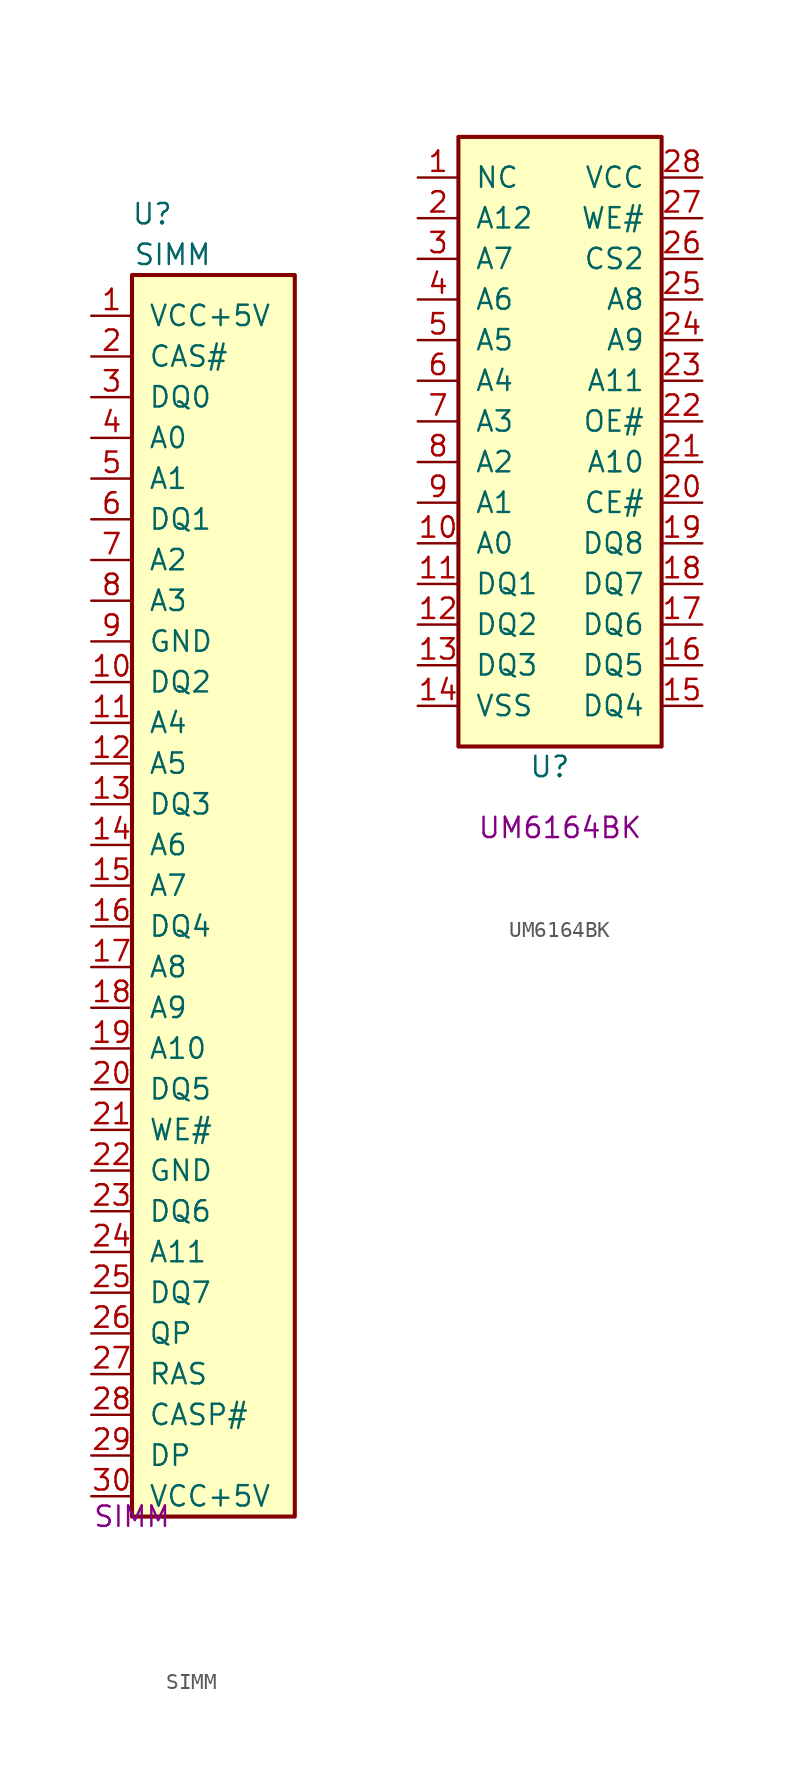
<source format=kicad_sym>
(kicad_symbol_lib
  (version 20211014)
  (generator kicad_symbol_editor)
  (symbol "SIMM"
    (pin_names
      (offset 1.016))
    (property "Reference" "U"
      (at -3.81 41.91 0)
      (effects (font (size 1.27 1.27))))
    (property "Value" "SIMM"
      (at -2.54 39.37 0)
      (effects (font (size 1.27 1.27))))
    (property "Comment" "SIMM"
      (at -5.08 -39.37 0)
      (effects (font (size 1.27 1.27))))
    (symbol "SIMM_0_1"
      (rectangle (start -5.08 38.1) (end 5.08 -39.37) (stroke (width 0.254) (type default) (color 0 0 0 0)) (fill (type background))))
    (symbol "SIMM_1_1"
      (pin power_in line (at -7.62 35.56 0) (length 2.54) (name "VCC+5V" (effects (font (size 1.27 1.27)))) (number "1" (effects (font (size 1.27 1.27)))))
      (pin bidirectional line (at -7.62 12.7 0) (length 2.54) (name "DQ2" (effects (font (size 1.27 1.27)))) (number "10" (effects (font (size 1.27 1.27)))))
      (pin input line (at -7.62 10.16 0) (length 2.54) (name "A4" (effects (font (size 1.27 1.27)))) (number "11" (effects (font (size 1.27 1.27)))))
      (pin input line (at -7.62 7.62 0) (length 2.54) (name "A5" (effects (font (size 1.27 1.27)))) (number "12" (effects (font (size 1.27 1.27)))))
      (pin bidirectional line (at -7.62 5.08 0) (length 2.54) (name "DQ3" (effects (font (size 1.27 1.27)))) (number "13" (effects (font (size 1.27 1.27)))))
      (pin input line (at -7.62 2.54 0) (length 2.54) (name "A6" (effects (font (size 1.27 1.27)))) (number "14" (effects (font (size 1.27 1.27)))))
      (pin input line (at -7.62 0 0) (length 2.54) (name "A7" (effects (font (size 1.27 1.27)))) (number "15" (effects (font (size 1.27 1.27)))))
      (pin bidirectional line (at -7.62 -2.54 0) (length 2.54) (name "DQ4" (effects (font (size 1.27 1.27)))) (number "16" (effects (font (size 1.27 1.27)))))
      (pin input line (at -7.62 -5.08 0) (length 2.54) (name "A8" (effects (font (size 1.27 1.27)))) (number "17" (effects (font (size 1.27 1.27)))))
      (pin input line (at -7.62 -7.62 0) (length 2.54) (name "A9" (effects (font (size 1.27 1.27)))) (number "18" (effects (font (size 1.27 1.27)))))
      (pin input line (at -7.62 -10.16 0) (length 2.54) (name "A10" (effects (font (size 1.27 1.27)))) (number "19" (effects (font (size 1.27 1.27)))))
      (pin input line (at -7.62 33.02 0) (length 2.54) (name "CAS#" (effects (font (size 1.27 1.27)))) (number "2" (effects (font (size 1.27 1.27)))))
      (pin bidirectional line (at -7.62 -12.7 0) (length 2.54) (name "DQ5" (effects (font (size 1.27 1.27)))) (number "20" (effects (font (size 1.27 1.27)))))
      (pin input line (at -7.62 -15.24 0) (length 2.54) (name "WE#" (effects (font (size 1.27 1.27)))) (number "21" (effects (font (size 1.27 1.27)))))
      (pin power_in line (at -7.62 -17.78 0) (length 2.54) (name "GND" (effects (font (size 1.27 1.27)))) (number "22" (effects (font (size 1.27 1.27)))))
      (pin bidirectional line (at -7.62 -20.32 0) (length 2.54) (name "DQ6" (effects (font (size 1.27 1.27)))) (number "23" (effects (font (size 1.27 1.27)))))
      (pin input line (at -7.62 -22.86 0) (length 2.54) (name "A11" (effects (font (size 1.27 1.27)))) (number "24" (effects (font (size 1.27 1.27)))))
      (pin bidirectional line (at -7.62 -25.4 0) (length 2.54) (name "DQ7" (effects (font (size 1.27 1.27)))) (number "25" (effects (font (size 1.27 1.27)))))
      (pin output line (at -7.62 -27.94 0) (length 2.54) (name "QP" (effects (font (size 1.27 1.27)))) (number "26" (effects (font (size 1.27 1.27)))))
      (pin input line (at -7.62 -30.48 0) (length 2.54) (name "RAS" (effects (font (size 1.27 1.27)))) (number "27" (effects (font (size 1.27 1.27)))))
      (pin input line (at -7.62 -33.02 0) (length 2.54) (name "CASP#" (effects (font (size 1.27 1.27)))) (number "28" (effects (font (size 1.27 1.27)))))
      (pin input line (at -7.62 -35.56 0) (length 2.54) (name "DP" (effects (font (size 1.27 1.27)))) (number "29" (effects (font (size 1.27 1.27)))))
      (pin bidirectional line (at -7.62 30.48 0) (length 2.54) (name "DQ0" (effects (font (size 1.27 1.27)))) (number "3" (effects (font (size 1.27 1.27)))))
      (pin power_in line (at -7.62 -38.1 0) (length 2.54) (name "VCC+5V" (effects (font (size 1.27 1.27)))) (number "30" (effects (font (size 1.27 1.27)))))
      (pin input line (at -7.62 27.94 0) (length 2.54) (name "A0" (effects (font (size 1.27 1.27)))) (number "4" (effects (font (size 1.27 1.27)))))
      (pin input line (at -7.62 25.4 0) (length 2.54) (name "A1" (effects (font (size 1.27 1.27)))) (number "5" (effects (font (size 1.27 1.27)))))
      (pin bidirectional line (at -7.62 22.86 0) (length 2.54) (name "DQ1" (effects (font (size 1.27 1.27)))) (number "6" (effects (font (size 1.27 1.27)))))
      (pin input line (at -7.62 20.32 0) (length 2.54) (name "A2" (effects (font (size 1.27 1.27)))) (number "7" (effects (font (size 1.27 1.27)))))
      (pin input line (at -7.62 17.78 0) (length 2.54) (name "A3" (effects (font (size 1.27 1.27)))) (number "8" (effects (font (size 1.27 1.27)))))
      (pin power_in line (at -7.62 15.24 0) (length 2.54) (name "GND" (effects (font (size 1.27 1.27)))) (number "9" (effects (font (size 1.27 1.27)))))))
  (symbol "UM6164BK"
    (pin_names
      (offset 1.016))
    (property "Reference" "U"
      (at -0.635 -20.32 0)
      (effects (font (size 1.27 1.27))))
    (property "Comment" "UM6164BK"
      (at 0 -24.13 0)
      (effects (font (size 1.27 1.27))))
    (symbol "UM6164BK_1_1"
      (rectangle (start -6.35 19.05) (end 6.35 -19.05) (stroke (width 0.254) (type default) (color 0 0 0 0)) (fill (type background)))
      (pin input line (at -8.89 16.51 0) (length 2.54) (name "NC" (effects (font (size 1.27 1.27)))) (number "1" (effects (font (size 1.27 1.27)))))
      (pin input line (at -8.89 -6.35 0) (length 2.54) (name "A0" (effects (font (size 1.27 1.27)))) (number "10" (effects (font (size 1.27 1.27)))))
      (pin bidirectional line (at -8.89 -8.89 0) (length 2.54) (name "DQ1" (effects (font (size 1.27 1.27)))) (number "11" (effects (font (size 1.27 1.27)))))
      (pin bidirectional line (at -8.89 -11.43 0) (length 2.54) (name "DQ2" (effects (font (size 1.27 1.27)))) (number "12" (effects (font (size 1.27 1.27)))))
      (pin bidirectional line (at -8.89 -13.97 0) (length 2.54) (name "DQ3" (effects (font (size 1.27 1.27)))) (number "13" (effects (font (size 1.27 1.27)))))
      (pin power_in line (at -8.89 -16.51 0) (length 2.54) (name "VSS" (effects (font (size 1.27 1.27)))) (number "14" (effects (font (size 1.27 1.27)))))
      (pin bidirectional line (at 8.89 -16.51 180) (length 2.54) (name "DQ4" (effects (font (size 1.27 1.27)))) (number "15" (effects (font (size 1.27 1.27)))))
      (pin bidirectional line (at 8.89 -13.97 180) (length 2.54) (name "DQ5" (effects (font (size 1.27 1.27)))) (number "16" (effects (font (size 1.27 1.27)))))
      (pin bidirectional line (at 8.89 -11.43 180) (length 2.54) (name "DQ6" (effects (font (size 1.27 1.27)))) (number "17" (effects (font (size 1.27 1.27)))))
      (pin bidirectional line (at 8.89 -8.89 180) (length 2.54) (name "DQ7" (effects (font (size 1.27 1.27)))) (number "18" (effects (font (size 1.27 1.27)))))
      (pin bidirectional line (at 8.89 -6.35 180) (length 2.54) (name "DQ8" (effects (font (size 1.27 1.27)))) (number "19" (effects (font (size 1.27 1.27)))))
      (pin input line (at -8.89 13.97 0) (length 2.54) (name "A12" (effects (font (size 1.27 1.27)))) (number "2" (effects (font (size 1.27 1.27)))))
      (pin input line (at 8.89 -3.81 180) (length 2.54) (name "CE#" (effects (font (size 1.27 1.27)))) (number "20" (effects (font (size 1.27 1.27)))))
      (pin input line (at 8.89 -1.27 180) (length 2.54) (name "A10" (effects (font (size 1.27 1.27)))) (number "21" (effects (font (size 1.27 1.27)))))
      (pin input line (at 8.89 1.27 180) (length 2.54) (name "OE#" (effects (font (size 1.27 1.27)))) (number "22" (effects (font (size 1.27 1.27)))))
      (pin input line (at 8.89 3.81 180) (length 2.54) (name "A11" (effects (font (size 1.27 1.27)))) (number "23" (effects (font (size 1.27 1.27)))))
      (pin input line (at 8.89 6.35 180) (length 2.54) (name "A9" (effects (font (size 1.27 1.27)))) (number "24" (effects (font (size 1.27 1.27)))))
      (pin input line (at 8.89 8.89 180) (length 2.54) (name "A8" (effects (font (size 1.27 1.27)))) (number "25" (effects (font (size 1.27 1.27)))))
      (pin input line (at 8.89 11.43 180) (length 2.54) (name "CS2" (effects (font (size 1.27 1.27)))) (number "26" (effects (font (size 1.27 1.27)))))
      (pin input line (at 8.89 13.97 180) (length 2.54) (name "WE#" (effects (font (size 1.27 1.27)))) (number "27" (effects (font (size 1.27 1.27)))))
      (pin power_in line (at 8.89 16.51 180) (length 2.54) (name "VCC" (effects (font (size 1.27 1.27)))) (number "28" (effects (font (size 1.27 1.27)))))
      (pin input line (at -8.89 11.43 0) (length 2.54) (name "A7" (effects (font (size 1.27 1.27)))) (number "3" (effects (font (size 1.27 1.27)))))
      (pin input line (at -8.89 8.89 0) (length 2.54) (name "A6" (effects (font (size 1.27 1.27)))) (number "4" (effects (font (size 1.27 1.27)))))
      (pin input line (at -8.89 6.35 0) (length 2.54) (name "A5" (effects (font (size 1.27 1.27)))) (number "5" (effects (font (size 1.27 1.27)))))
      (pin input line (at -8.89 3.81 0) (length 2.54) (name "A4" (effects (font (size 1.27 1.27)))) (number "6" (effects (font (size 1.27 1.27)))))
      (pin input line (at -8.89 1.27 0) (length 2.54) (name "A3" (effects (font (size 1.27 1.27)))) (number "7" (effects (font (size 1.27 1.27)))))
      (pin input line (at -8.89 -1.27 0) (length 2.54) (name "A2" (effects (font (size 1.27 1.27)))) (number "8" (effects (font (size 1.27 1.27)))))
      (pin input line (at -8.89 -3.81 0) (length 2.54) (name "A1" (effects (font (size 1.27 1.27)))) (number "9" (effects (font (size 1.27 1.27))))))))
</source>
